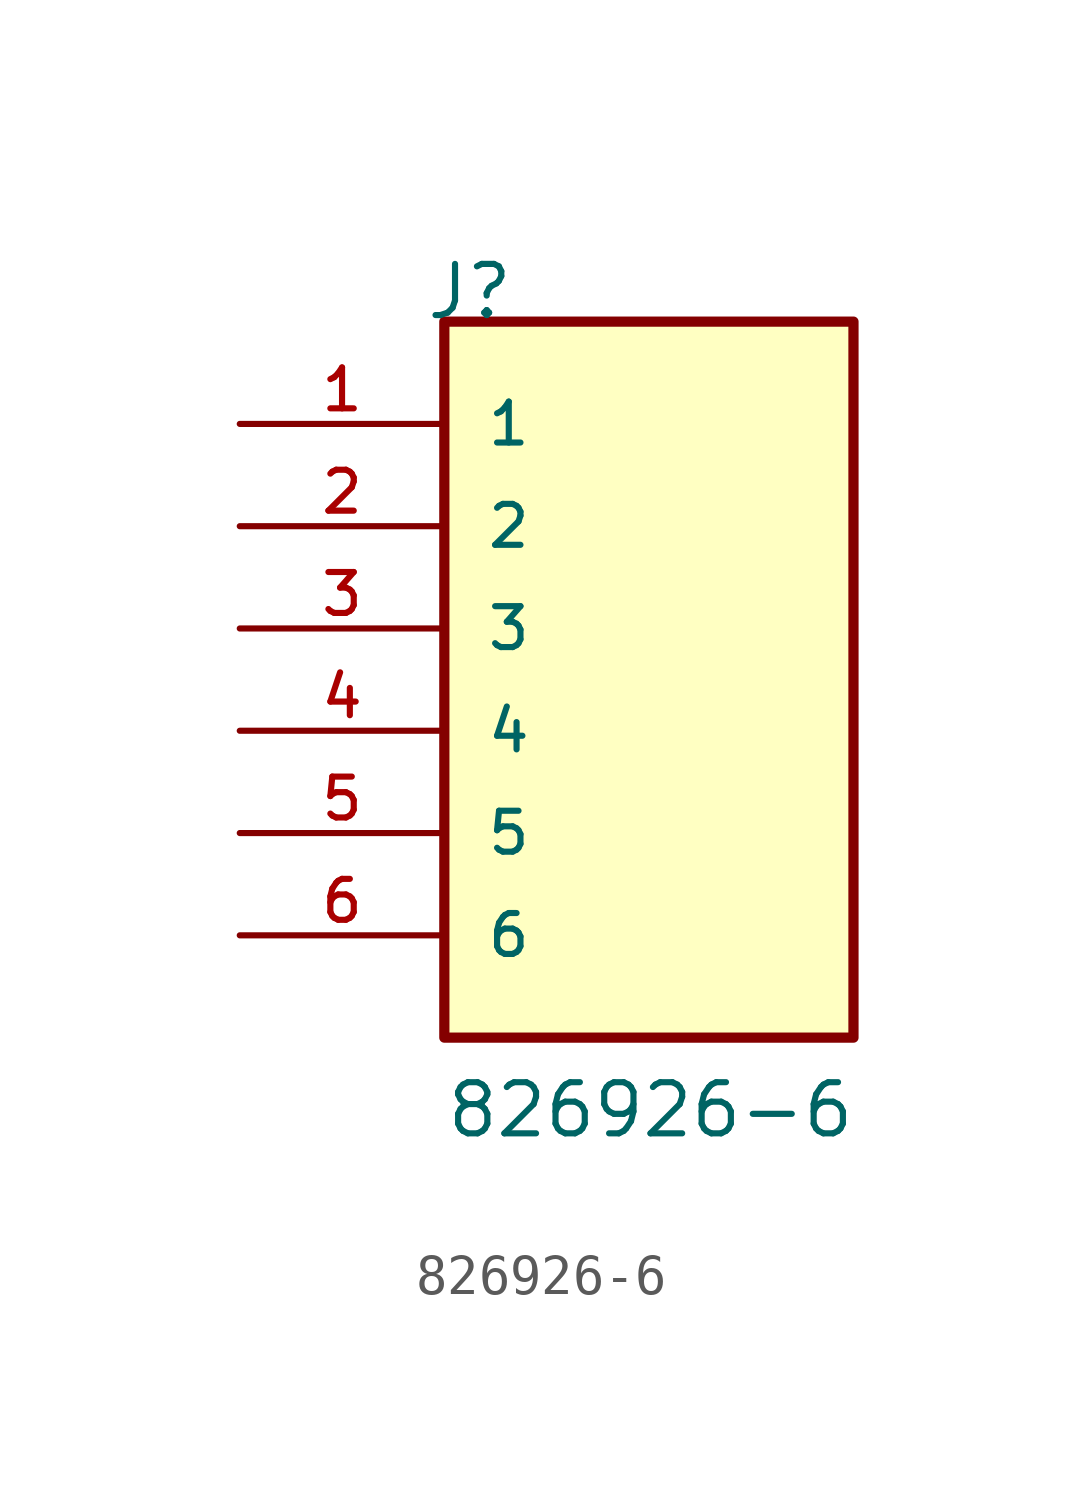
<source format=kicad_sym>
(kicad_symbol_lib
  (version 20211014)
  (generator kicad_symbol_editor)
  (symbol "826926-6"
    (pin_names
      (offset 1.016))
    (property "Reference" "J"
      (at -5.58 10.16 0)
      (effects (font (size 1.27 1.27)) (justify bottom left)))
    (property "Value" "826926-6"
      (at -5.08 -10.16 0)
      (effects (font (size 1.27 1.27)) (justify bottom left)))
    (symbol "826926-6_0_0"
      (rectangle (start -5.08 -7.62) (end 5.08 10.16) (stroke (width 0.254)) (fill (type background)))
      (pin passive line (at -10.16 7.62 0) (length 5.08) (name "1" (effects (font (size 1.016 1.016)))) (number "1" (effects (font (size 1.016 1.016)))))
      (pin passive line (at -10.16 5.08 0) (length 5.08) (name "2" (effects (font (size 1.016 1.016)))) (number "2" (effects (font (size 1.016 1.016)))))
      (pin passive line (at -10.16 2.54 0) (length 5.08) (name "3" (effects (font (size 1.016 1.016)))) (number "3" (effects (font (size 1.016 1.016)))))
      (pin passive line (at -10.16 0.0 0) (length 5.08) (name "4" (effects (font (size 1.016 1.016)))) (number "4" (effects (font (size 1.016 1.016)))))
      (pin passive line (at -10.16 -2.54 0) (length 5.08) (name "5" (effects (font (size 1.016 1.016)))) (number "5" (effects (font (size 1.016 1.016)))))
      (pin passive line (at -10.16 -5.08 0) (length 5.08) (name "6" (effects (font (size 1.016 1.016)))) (number "6" (effects (font (size 1.016 1.016))))))))
</source>
